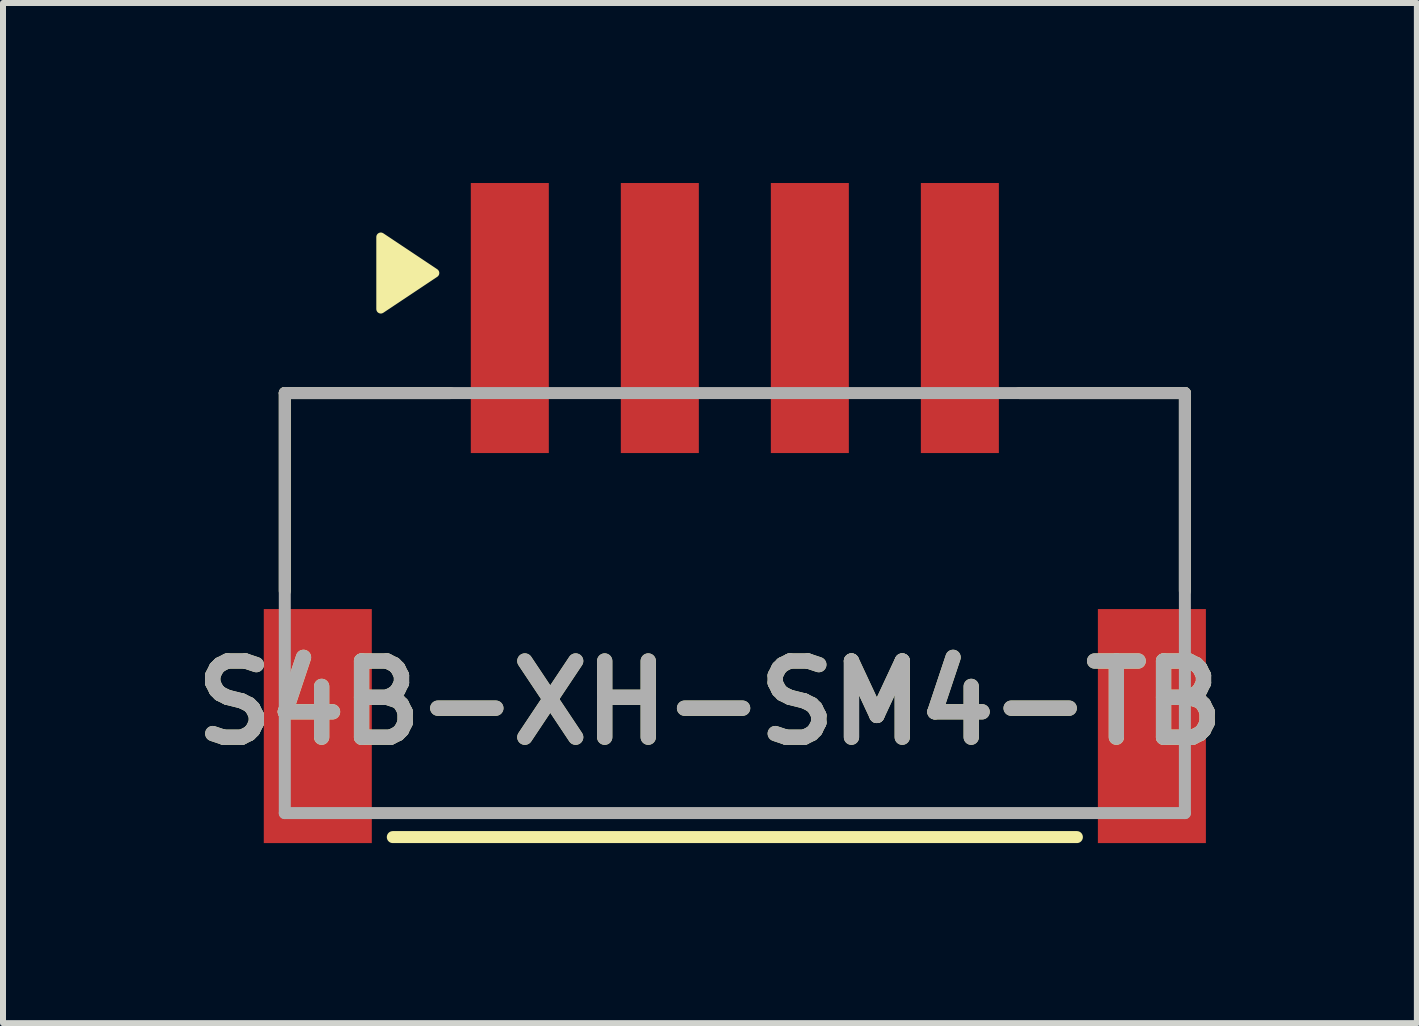
<source format=kicad_pcb>
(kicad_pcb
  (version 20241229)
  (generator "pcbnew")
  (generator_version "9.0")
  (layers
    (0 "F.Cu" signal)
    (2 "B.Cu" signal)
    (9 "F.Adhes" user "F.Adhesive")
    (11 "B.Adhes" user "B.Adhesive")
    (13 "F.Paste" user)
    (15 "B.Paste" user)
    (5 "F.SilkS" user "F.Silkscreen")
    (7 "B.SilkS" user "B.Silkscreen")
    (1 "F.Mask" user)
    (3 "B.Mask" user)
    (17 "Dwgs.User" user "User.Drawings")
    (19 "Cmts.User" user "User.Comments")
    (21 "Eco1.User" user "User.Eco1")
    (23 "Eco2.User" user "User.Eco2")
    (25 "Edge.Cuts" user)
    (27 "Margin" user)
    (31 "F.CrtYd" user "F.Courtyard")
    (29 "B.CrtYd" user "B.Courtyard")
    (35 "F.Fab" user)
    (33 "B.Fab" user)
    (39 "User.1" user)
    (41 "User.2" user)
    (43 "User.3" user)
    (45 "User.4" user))
  (footprint "S4B-XH-SM4-TB"
    (layer "F.Cu")
    (at 9.196 3.5)
    (property "Reference" "S4B-XH-SM4-TB" (at -0.415 5.161 0) (layer "F.SilkS") (effects (font (size 1.27 1.27) (thickness 0.254))))
    (attr smd)
    (fp_line (start -7.5 0) (end -7.5 3.3) (stroke (width 0.2) (type solid)) (layer "F.SilkS"))
    (fp_line (start -7.5 0) (end -4.74 0) (stroke (width 0.2) (type solid)) (layer "F.SilkS"))
    (fp_line (start -5.7 7.4) (end 5.7 7.4) (stroke (width 0.2) (type solid)) (layer "F.SilkS"))
    (fp_line (start 7.5 0) (end 4.74 0) (stroke (width 0.2) (type solid)) (layer "F.SilkS"))
    (fp_line (start 7.5 0) (end 7.5 3.3) (stroke (width 0.2) (type solid)) (layer "F.SilkS"))
    (fp_poly (pts (xy -5 -2) (xy -5.9 -2.6) (xy -5.9 -1.4)) (stroke (width 0.15) (type solid)) (fill yes) (layer "F.SilkS"))
    (fp_line (start -7.5 0) (end 7.5 0) (stroke (width 0.2) (type solid)) (layer "F.Fab"))
    (fp_line (start -7.5 7) (end -7.5 0) (stroke (width 0.2) (type solid)) (layer "F.Fab"))
    (fp_line (start 7.5 0) (end 7.5 7) (stroke (width 0.2) (type solid)) (layer "F.Fab"))
    (fp_line (start 7.5 7) (end -7.5 7) (stroke (width 0.2) (type solid)) (layer "F.Fab"))
    (fp_text user "${REFERENCE}" (at -0.415 5.161 0) (layer "F.Fab") (effects (font (size 1.27 1.27) (thickness 0.254))))
    (pad "1" smd rect (at -3.75 -1.25) (size 1.3 4.5) (layers "F.Cu" "F.Mask" "F.Paste"))
    (pad "2" smd rect (at -1.25 -1.25) (size 1.3 4.5) (layers "F.Cu" "F.Mask" "F.Paste"))
    (pad "3" smd rect (at 1.25 -1.25) (size 1.3 4.5) (layers "F.Cu" "F.Mask" "F.Paste"))
    (pad "4" smd rect (at 3.75 -1.25) (size 1.3 4.5) (layers "F.Cu" "F.Mask" "F.Paste"))
    (pad "5" smd rect (at 6.95 5.55) (size 1.8 3.9) (layers "F.Cu" "F.Mask" "F.Paste"))
    (pad "6" smd rect (at -6.95 5.55) (size 1.8 3.9) (layers "F.Cu" "F.Mask" "F.Paste")))
  (gr_rect
    (start -3 -3)
    (end 20.562 14)
    (stroke (width 0.1) (type default))
    (fill no)
    (layer "Edge.Cuts")))
</source>
